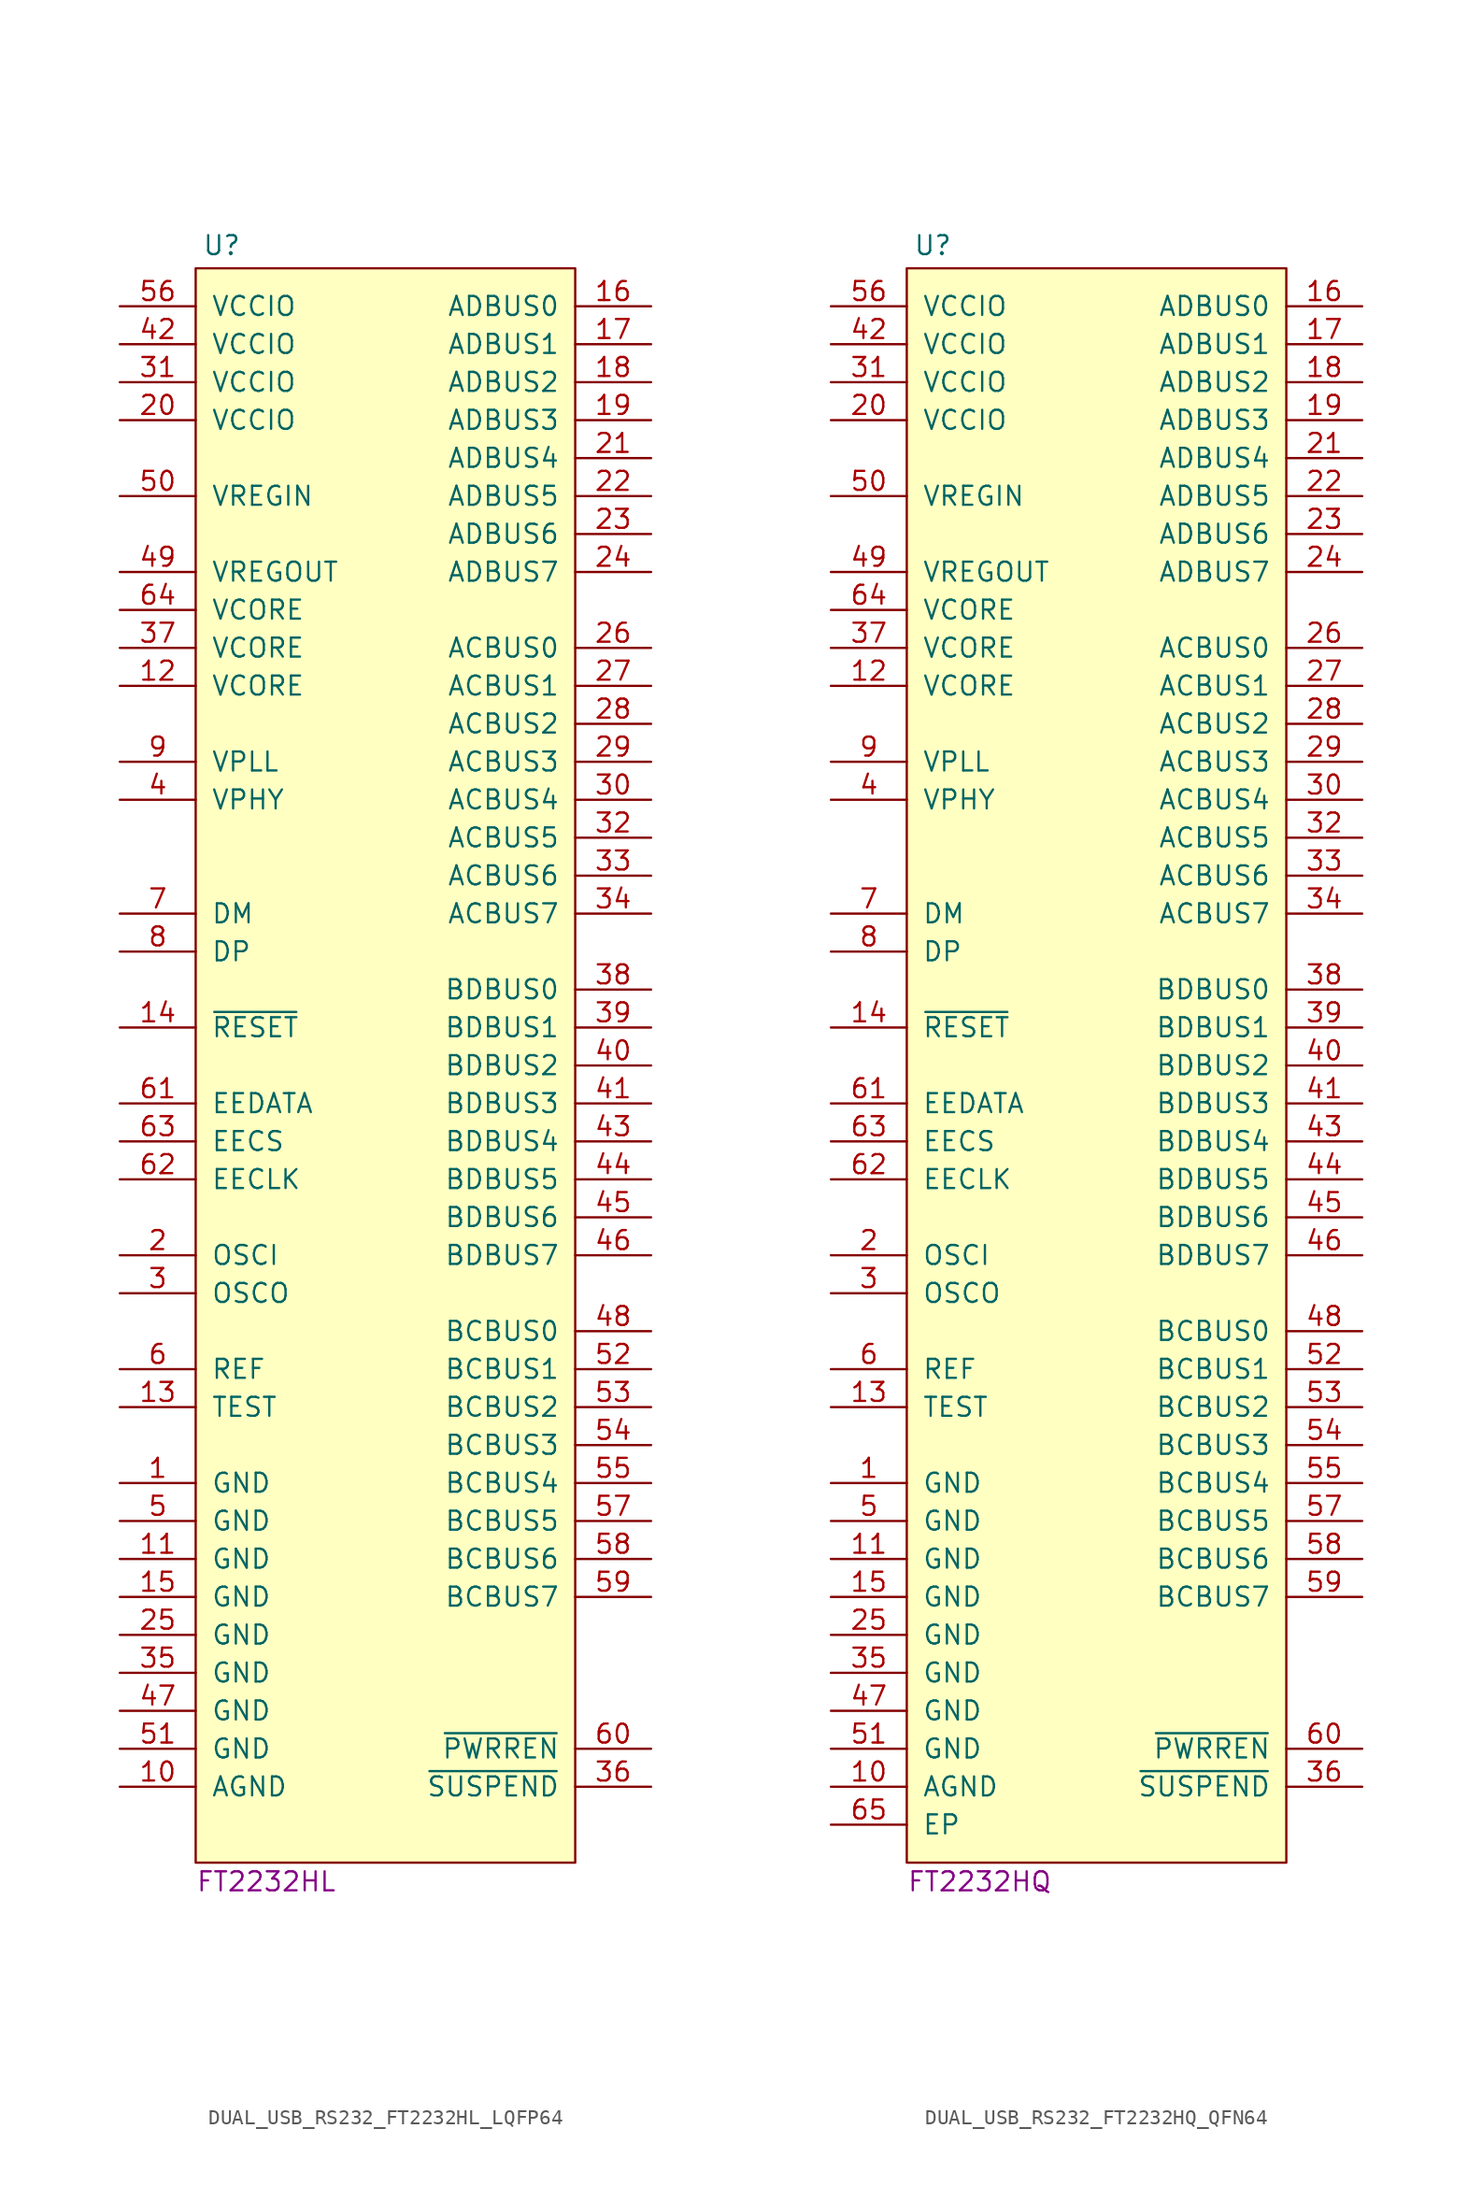
<source format=kicad_sym>
(kicad_symbol_lib
  (version 20211014)
  (generator kicad_symbol_editor)
  (symbol "DUAL_USB_RS232_FT2232HL_LQFP64"
    (pin_names
      (offset 1.016))
    (property "Reference" "U"
      (at 0.434 105.669 0)
      (effects (font (size 1.27 1.27)) (justify left)))
    (property "Displayed Value" "FT2232HL"
      (at 0 -3.81 0)
      (effects (font (size 1.27 1.27)) (justify left)))
    (property "Voltage" ""
      (at 14.605 -6.985 0)
      (effects (font (size 1.27 1.27)) (justify left)))
    (symbol "DUAL_USB_RS232_FT2232HL_LQFP64_0_1"
      (rectangle (start 0 104.14) (end 25.4 -2.54) (stroke (width 0.152) (type default) (color 0 0 0 0)) (fill (type background))))
    (symbol "DUAL_USB_RS232_FT2232HL_LQFP64_1_1"
      (pin power_in line (at -5.08 22.86 0) (length 5.08) (name "GND" (effects (font (size 1.27 1.27)))) (number "1" (effects (font (size 1.27 1.27)))))
      (pin power_in line (at -5.08 2.54 0) (length 5.08) (name "AGND" (effects (font (size 1.27 1.27)))) (number "10" (effects (font (size 1.27 1.27)))))
      (pin power_in line (at -5.08 17.78 0) (length 5.08) (name "GND" (effects (font (size 1.27 1.27)))) (number "11" (effects (font (size 1.27 1.27)))))
      (pin power_in line (at -5.08 76.2 0) (length 5.08) (name "VCORE" (effects (font (size 1.27 1.27)))) (number "12" (effects (font (size 1.27 1.27)))))
      (pin passive line (at -5.08 27.94 0) (length 5.08) (name "TEST" (effects (font (size 1.27 1.27)))) (number "13" (effects (font (size 1.27 1.27)))))
      (pin input line (at -5.08 53.34 0) (length 5.08) (name "~{RESET}" (effects (font (size 1.27 1.27)))) (number "14" (effects (font (size 1.27 1.27)))))
      (pin power_in line (at -5.08 15.24 0) (length 5.08) (name "GND" (effects (font (size 1.27 1.27)))) (number "15" (effects (font (size 1.27 1.27)))))
      (pin bidirectional line (at 30.48 101.6 180) (length 5.08) (name "ADBUS0" (effects (font (size 1.27 1.27)))) (number "16" (effects (font (size 1.27 1.27)))) (alternate "TXD" output line))
      (pin bidirectional line (at 30.48 99.06 180) (length 5.08) (name "ADBUS1" (effects (font (size 1.27 1.27)))) (number "17" (effects (font (size 1.27 1.27)))) (alternate "RXD" input line))
      (pin bidirectional line (at 30.48 96.52 180) (length 5.08) (name "ADBUS2" (effects (font (size 1.27 1.27)))) (number "18" (effects (font (size 1.27 1.27)))) (alternate "~{RTS}" output line))
      (pin bidirectional line (at 30.48 93.98 180) (length 5.08) (name "ADBUS3" (effects (font (size 1.27 1.27)))) (number "19" (effects (font (size 1.27 1.27)))) (alternate "~{CTS}" input line))
      (pin passive line (at -5.08 38.1 0) (length 5.08) (name "OSCI" (effects (font (size 1.27 1.27)))) (number "2" (effects (font (size 1.27 1.27)))))
      (pin power_in line (at -5.08 93.98 0) (length 5.08) (name "VCCIO" (effects (font (size 1.27 1.27)))) (number "20" (effects (font (size 1.27 1.27)))))
      (pin bidirectional line (at 30.48 91.44 180) (length 5.08) (name "ADBUS4" (effects (font (size 1.27 1.27)))) (number "21" (effects (font (size 1.27 1.27)))))
      (pin bidirectional line (at 30.48 88.9 180) (length 5.08) (name "ADBUS5" (effects (font (size 1.27 1.27)))) (number "22" (effects (font (size 1.27 1.27)))))
      (pin bidirectional line (at 30.48 86.36 180) (length 5.08) (name "ADBUS6" (effects (font (size 1.27 1.27)))) (number "23" (effects (font (size 1.27 1.27)))))
      (pin bidirectional line (at 30.48 83.82 180) (length 5.08) (name "ADBUS7" (effects (font (size 1.27 1.27)))) (number "24" (effects (font (size 1.27 1.27)))))
      (pin power_in line (at -5.08 12.7 0) (length 5.08) (name "GND" (effects (font (size 1.27 1.27)))) (number "25" (effects (font (size 1.27 1.27)))))
      (pin bidirectional line (at 30.48 78.74 180) (length 5.08) (name "ACBUS0" (effects (font (size 1.27 1.27)))) (number "26" (effects (font (size 1.27 1.27)))))
      (pin bidirectional line (at 30.48 76.2 180) (length 5.08) (name "ACBUS1" (effects (font (size 1.27 1.27)))) (number "27" (effects (font (size 1.27 1.27)))))
      (pin bidirectional line (at 30.48 73.66 180) (length 5.08) (name "ACBUS2" (effects (font (size 1.27 1.27)))) (number "28" (effects (font (size 1.27 1.27)))))
      (pin bidirectional line (at 30.48 71.12 180) (length 5.08) (name "ACBUS3" (effects (font (size 1.27 1.27)))) (number "29" (effects (font (size 1.27 1.27)))))
      (pin passive line (at -5.08 35.56 0) (length 5.08) (name "OSCO" (effects (font (size 1.27 1.27)))) (number "3" (effects (font (size 1.27 1.27)))))
      (pin bidirectional line (at 30.48 68.58 180) (length 5.08) (name "ACBUS4" (effects (font (size 1.27 1.27)))) (number "30" (effects (font (size 1.27 1.27)))))
      (pin power_in line (at -5.08 96.52 0) (length 5.08) (name "VCCIO" (effects (font (size 1.27 1.27)))) (number "31" (effects (font (size 1.27 1.27)))))
      (pin bidirectional line (at 30.48 66.04 180) (length 5.08) (name "ACBUS5" (effects (font (size 1.27 1.27)))) (number "32" (effects (font (size 1.27 1.27)))))
      (pin bidirectional line (at 30.48 63.5 180) (length 5.08) (name "ACBUS6" (effects (font (size 1.27 1.27)))) (number "33" (effects (font (size 1.27 1.27)))))
      (pin bidirectional line (at 30.48 60.96 180) (length 5.08) (name "ACBUS7" (effects (font (size 1.27 1.27)))) (number "34" (effects (font (size 1.27 1.27)))))
      (pin power_in line (at -5.08 10.16 0) (length 5.08) (name "GND" (effects (font (size 1.27 1.27)))) (number "35" (effects (font (size 1.27 1.27)))))
      (pin input line (at 30.48 2.54 180) (length 5.08) (name "~{SUSPEND}" (effects (font (size 1.27 1.27)))) (number "36" (effects (font (size 1.27 1.27)))))
      (pin power_in line (at -5.08 78.74 0) (length 5.08) (name "VCORE" (effects (font (size 1.27 1.27)))) (number "37" (effects (font (size 1.27 1.27)))))
      (pin bidirectional line (at 30.48 55.88 180) (length 5.08) (name "BDBUS0" (effects (font (size 1.27 1.27)))) (number "38" (effects (font (size 1.27 1.27)))))
      (pin bidirectional line (at 30.48 53.34 180) (length 5.08) (name "BDBUS1" (effects (font (size 1.27 1.27)))) (number "39" (effects (font (size 1.27 1.27)))))
      (pin power_in line (at -5.08 68.58 0) (length 5.08) (name "VPHY" (effects (font (size 1.27 1.27)))) (number "4" (effects (font (size 1.27 1.27)))))
      (pin bidirectional line (at 30.48 50.8 180) (length 5.08) (name "BDBUS2" (effects (font (size 1.27 1.27)))) (number "40" (effects (font (size 1.27 1.27)))))
      (pin bidirectional line (at 30.48 48.26 180) (length 5.08) (name "BDBUS3" (effects (font (size 1.27 1.27)))) (number "41" (effects (font (size 1.27 1.27)))))
      (pin power_in line (at -5.08 99.06 0) (length 5.08) (name "VCCIO" (effects (font (size 1.27 1.27)))) (number "42" (effects (font (size 1.27 1.27)))))
      (pin bidirectional line (at 30.48 45.72 180) (length 5.08) (name "BDBUS4" (effects (font (size 1.27 1.27)))) (number "43" (effects (font (size 1.27 1.27)))))
      (pin bidirectional line (at 30.48 43.18 180) (length 5.08) (name "BDBUS5" (effects (font (size 1.27 1.27)))) (number "44" (effects (font (size 1.27 1.27)))))
      (pin bidirectional line (at 30.48 40.64 180) (length 5.08) (name "BDBUS6" (effects (font (size 1.27 1.27)))) (number "45" (effects (font (size 1.27 1.27)))))
      (pin bidirectional line (at 30.48 38.1 180) (length 5.08) (name "BDBUS7" (effects (font (size 1.27 1.27)))) (number "46" (effects (font (size 1.27 1.27)))))
      (pin power_in line (at -5.08 7.62 0) (length 5.08) (name "GND" (effects (font (size 1.27 1.27)))) (number "47" (effects (font (size 1.27 1.27)))))
      (pin bidirectional line (at 30.48 33.02 180) (length 5.08) (name "BCBUS0" (effects (font (size 1.27 1.27)))) (number "48" (effects (font (size 1.27 1.27)))))
      (pin power_out line (at -5.08 83.82 0) (length 5.08) (name "VREGOUT" (effects (font (size 1.27 1.27)))) (number "49" (effects (font (size 1.27 1.27)))))
      (pin power_in line (at -5.08 20.32 0) (length 5.08) (name "GND" (effects (font (size 1.27 1.27)))) (number "5" (effects (font (size 1.27 1.27)))))
      (pin power_in line (at -5.08 88.9 0) (length 5.08) (name "VREGIN" (effects (font (size 1.27 1.27)))) (number "50" (effects (font (size 1.27 1.27)))))
      (pin power_in line (at -5.08 5.08 0) (length 5.08) (name "GND" (effects (font (size 1.27 1.27)))) (number "51" (effects (font (size 1.27 1.27)))))
      (pin bidirectional line (at 30.48 30.48 180) (length 5.08) (name "BCBUS1" (effects (font (size 1.27 1.27)))) (number "52" (effects (font (size 1.27 1.27)))))
      (pin bidirectional line (at 30.48 27.94 180) (length 5.08) (name "BCBUS2" (effects (font (size 1.27 1.27)))) (number "53" (effects (font (size 1.27 1.27)))))
      (pin bidirectional line (at 30.48 25.4 180) (length 5.08) (name "BCBUS3" (effects (font (size 1.27 1.27)))) (number "54" (effects (font (size 1.27 1.27)))))
      (pin bidirectional line (at 30.48 22.86 180) (length 5.08) (name "BCBUS4" (effects (font (size 1.27 1.27)))) (number "55" (effects (font (size 1.27 1.27)))))
      (pin power_in line (at -5.08 101.6 0) (length 5.08) (name "VCCIO" (effects (font (size 1.27 1.27)))) (number "56" (effects (font (size 1.27 1.27)))))
      (pin bidirectional line (at 30.48 20.32 180) (length 5.08) (name "BCBUS5" (effects (font (size 1.27 1.27)))) (number "57" (effects (font (size 1.27 1.27)))))
      (pin bidirectional line (at 30.48 17.78 180) (length 5.08) (name "BCBUS6" (effects (font (size 1.27 1.27)))) (number "58" (effects (font (size 1.27 1.27)))))
      (pin bidirectional line (at 30.48 15.24 180) (length 5.08) (name "BCBUS7" (effects (font (size 1.27 1.27)))) (number "59" (effects (font (size 1.27 1.27)))))
      (pin input line (at -5.08 30.48 0) (length 5.08) (name "REF" (effects (font (size 1.27 1.27)))) (number "6" (effects (font (size 1.27 1.27)))))
      (pin input line (at 30.48 5.08 180) (length 5.08) (name "~{PWRREN}" (effects (font (size 1.27 1.27)))) (number "60" (effects (font (size 1.27 1.27)))))
      (pin input line (at -5.08 48.26 0) (length 5.08) (name "EEDATA" (effects (font (size 1.27 1.27)))) (number "61" (effects (font (size 1.27 1.27)))))
      (pin output line (at -5.08 43.18 0) (length 5.08) (name "EECLK" (effects (font (size 1.27 1.27)))) (number "62" (effects (font (size 1.27 1.27)))))
      (pin output line (at -5.08 45.72 0) (length 5.08) (name "EECS" (effects (font (size 1.27 1.27)))) (number "63" (effects (font (size 1.27 1.27)))))
      (pin power_in line (at -5.08 81.28 0) (length 5.08) (name "VCORE" (effects (font (size 1.27 1.27)))) (number "64" (effects (font (size 1.27 1.27)))))
      (pin bidirectional line (at -5.08 60.96 0) (length 5.08) (name "DM" (effects (font (size 1.27 1.27)))) (number "7" (effects (font (size 1.27 1.27)))))
      (pin bidirectional line (at -5.08 58.42 0) (length 5.08) (name "DP" (effects (font (size 1.27 1.27)))) (number "8" (effects (font (size 1.27 1.27)))))
      (pin power_in line (at -5.08 71.12 0) (length 5.08) (name "VPLL" (effects (font (size 1.27 1.27)))) (number "9" (effects (font (size 1.27 1.27)))))))
  (symbol "DUAL_USB_RS232_FT2232HQ_QFN64"
    (pin_names
      (offset 1.016))
    (property "Reference" "U"
      (at 0.434 105.669 0)
      (effects (font (size 1.27 1.27)) (justify left)))
    (property "Displayed Value" "FT2232HQ"
      (at 0 -3.81 0)
      (effects (font (size 1.27 1.27)) (justify left)))
    (property "Voltage" ""
      (at 14.605 -6.985 0)
      (effects (font (size 1.27 1.27)) (justify left)))
    (symbol "DUAL_USB_RS232_FT2232HQ_QFN64_0_1"
      (rectangle (start 0 104.14) (end 25.4 -2.54) (stroke (width 0.152) (type default) (color 0 0 0 0)) (fill (type background))))
    (symbol "DUAL_USB_RS232_FT2232HQ_QFN64_1_1"
      (pin power_in line (at -5.08 22.86 0) (length 5.08) (name "GND" (effects (font (size 1.27 1.27)))) (number "1" (effects (font (size 1.27 1.27)))))
      (pin power_in line (at -5.08 2.54 0) (length 5.08) (name "AGND" (effects (font (size 1.27 1.27)))) (number "10" (effects (font (size 1.27 1.27)))))
      (pin power_in line (at -5.08 17.78 0) (length 5.08) (name "GND" (effects (font (size 1.27 1.27)))) (number "11" (effects (font (size 1.27 1.27)))))
      (pin power_in line (at -5.08 76.2 0) (length 5.08) (name "VCORE" (effects (font (size 1.27 1.27)))) (number "12" (effects (font (size 1.27 1.27)))))
      (pin passive line (at -5.08 27.94 0) (length 5.08) (name "TEST" (effects (font (size 1.27 1.27)))) (number "13" (effects (font (size 1.27 1.27)))))
      (pin input line (at -5.08 53.34 0) (length 5.08) (name "~{RESET}" (effects (font (size 1.27 1.27)))) (number "14" (effects (font (size 1.27 1.27)))))
      (pin power_in line (at -5.08 15.24 0) (length 5.08) (name "GND" (effects (font (size 1.27 1.27)))) (number "15" (effects (font (size 1.27 1.27)))))
      (pin bidirectional line (at 30.48 101.6 180) (length 5.08) (name "ADBUS0" (effects (font (size 1.27 1.27)))) (number "16" (effects (font (size 1.27 1.27)))) (alternate "TXD" output line))
      (pin bidirectional line (at 30.48 99.06 180) (length 5.08) (name "ADBUS1" (effects (font (size 1.27 1.27)))) (number "17" (effects (font (size 1.27 1.27)))) (alternate "RXD" input line))
      (pin bidirectional line (at 30.48 96.52 180) (length 5.08) (name "ADBUS2" (effects (font (size 1.27 1.27)))) (number "18" (effects (font (size 1.27 1.27)))) (alternate "~{RTS}" output line))
      (pin bidirectional line (at 30.48 93.98 180) (length 5.08) (name "ADBUS3" (effects (font (size 1.27 1.27)))) (number "19" (effects (font (size 1.27 1.27)))) (alternate "~{CTS}" input line))
      (pin passive line (at -5.08 38.1 0) (length 5.08) (name "OSCI" (effects (font (size 1.27 1.27)))) (number "2" (effects (font (size 1.27 1.27)))))
      (pin power_in line (at -5.08 93.98 0) (length 5.08) (name "VCCIO" (effects (font (size 1.27 1.27)))) (number "20" (effects (font (size 1.27 1.27)))))
      (pin bidirectional line (at 30.48 91.44 180) (length 5.08) (name "ADBUS4" (effects (font (size 1.27 1.27)))) (number "21" (effects (font (size 1.27 1.27)))))
      (pin bidirectional line (at 30.48 88.9 180) (length 5.08) (name "ADBUS5" (effects (font (size 1.27 1.27)))) (number "22" (effects (font (size 1.27 1.27)))))
      (pin bidirectional line (at 30.48 86.36 180) (length 5.08) (name "ADBUS6" (effects (font (size 1.27 1.27)))) (number "23" (effects (font (size 1.27 1.27)))))
      (pin bidirectional line (at 30.48 83.82 180) (length 5.08) (name "ADBUS7" (effects (font (size 1.27 1.27)))) (number "24" (effects (font (size 1.27 1.27)))))
      (pin power_in line (at -5.08 12.7 0) (length 5.08) (name "GND" (effects (font (size 1.27 1.27)))) (number "25" (effects (font (size 1.27 1.27)))))
      (pin bidirectional line (at 30.48 78.74 180) (length 5.08) (name "ACBUS0" (effects (font (size 1.27 1.27)))) (number "26" (effects (font (size 1.27 1.27)))))
      (pin bidirectional line (at 30.48 76.2 180) (length 5.08) (name "ACBUS1" (effects (font (size 1.27 1.27)))) (number "27" (effects (font (size 1.27 1.27)))))
      (pin bidirectional line (at 30.48 73.66 180) (length 5.08) (name "ACBUS2" (effects (font (size 1.27 1.27)))) (number "28" (effects (font (size 1.27 1.27)))))
      (pin bidirectional line (at 30.48 71.12 180) (length 5.08) (name "ACBUS3" (effects (font (size 1.27 1.27)))) (number "29" (effects (font (size 1.27 1.27)))))
      (pin passive line (at -5.08 35.56 0) (length 5.08) (name "OSCO" (effects (font (size 1.27 1.27)))) (number "3" (effects (font (size 1.27 1.27)))))
      (pin bidirectional line (at 30.48 68.58 180) (length 5.08) (name "ACBUS4" (effects (font (size 1.27 1.27)))) (number "30" (effects (font (size 1.27 1.27)))))
      (pin power_in line (at -5.08 96.52 0) (length 5.08) (name "VCCIO" (effects (font (size 1.27 1.27)))) (number "31" (effects (font (size 1.27 1.27)))))
      (pin bidirectional line (at 30.48 66.04 180) (length 5.08) (name "ACBUS5" (effects (font (size 1.27 1.27)))) (number "32" (effects (font (size 1.27 1.27)))))
      (pin bidirectional line (at 30.48 63.5 180) (length 5.08) (name "ACBUS6" (effects (font (size 1.27 1.27)))) (number "33" (effects (font (size 1.27 1.27)))))
      (pin bidirectional line (at 30.48 60.96 180) (length 5.08) (name "ACBUS7" (effects (font (size 1.27 1.27)))) (number "34" (effects (font (size 1.27 1.27)))))
      (pin power_in line (at -5.08 10.16 0) (length 5.08) (name "GND" (effects (font (size 1.27 1.27)))) (number "35" (effects (font (size 1.27 1.27)))))
      (pin input line (at 30.48 2.54 180) (length 5.08) (name "~{SUSPEND}" (effects (font (size 1.27 1.27)))) (number "36" (effects (font (size 1.27 1.27)))))
      (pin power_in line (at -5.08 78.74 0) (length 5.08) (name "VCORE" (effects (font (size 1.27 1.27)))) (number "37" (effects (font (size 1.27 1.27)))))
      (pin bidirectional line (at 30.48 55.88 180) (length 5.08) (name "BDBUS0" (effects (font (size 1.27 1.27)))) (number "38" (effects (font (size 1.27 1.27)))))
      (pin bidirectional line (at 30.48 53.34 180) (length 5.08) (name "BDBUS1" (effects (font (size 1.27 1.27)))) (number "39" (effects (font (size 1.27 1.27)))))
      (pin power_in line (at -5.08 68.58 0) (length 5.08) (name "VPHY" (effects (font (size 1.27 1.27)))) (number "4" (effects (font (size 1.27 1.27)))))
      (pin bidirectional line (at 30.48 50.8 180) (length 5.08) (name "BDBUS2" (effects (font (size 1.27 1.27)))) (number "40" (effects (font (size 1.27 1.27)))))
      (pin bidirectional line (at 30.48 48.26 180) (length 5.08) (name "BDBUS3" (effects (font (size 1.27 1.27)))) (number "41" (effects (font (size 1.27 1.27)))))
      (pin power_in line (at -5.08 99.06 0) (length 5.08) (name "VCCIO" (effects (font (size 1.27 1.27)))) (number "42" (effects (font (size 1.27 1.27)))))
      (pin bidirectional line (at 30.48 45.72 180) (length 5.08) (name "BDBUS4" (effects (font (size 1.27 1.27)))) (number "43" (effects (font (size 1.27 1.27)))))
      (pin bidirectional line (at 30.48 43.18 180) (length 5.08) (name "BDBUS5" (effects (font (size 1.27 1.27)))) (number "44" (effects (font (size 1.27 1.27)))))
      (pin bidirectional line (at 30.48 40.64 180) (length 5.08) (name "BDBUS6" (effects (font (size 1.27 1.27)))) (number "45" (effects (font (size 1.27 1.27)))))
      (pin bidirectional line (at 30.48 38.1 180) (length 5.08) (name "BDBUS7" (effects (font (size 1.27 1.27)))) (number "46" (effects (font (size 1.27 1.27)))))
      (pin power_in line (at -5.08 7.62 0) (length 5.08) (name "GND" (effects (font (size 1.27 1.27)))) (number "47" (effects (font (size 1.27 1.27)))))
      (pin bidirectional line (at 30.48 33.02 180) (length 5.08) (name "BCBUS0" (effects (font (size 1.27 1.27)))) (number "48" (effects (font (size 1.27 1.27)))))
      (pin power_out line (at -5.08 83.82 0) (length 5.08) (name "VREGOUT" (effects (font (size 1.27 1.27)))) (number "49" (effects (font (size 1.27 1.27)))))
      (pin power_in line (at -5.08 20.32 0) (length 5.08) (name "GND" (effects (font (size 1.27 1.27)))) (number "5" (effects (font (size 1.27 1.27)))))
      (pin power_in line (at -5.08 88.9 0) (length 5.08) (name "VREGIN" (effects (font (size 1.27 1.27)))) (number "50" (effects (font (size 1.27 1.27)))))
      (pin power_in line (at -5.08 5.08 0) (length 5.08) (name "GND" (effects (font (size 1.27 1.27)))) (number "51" (effects (font (size 1.27 1.27)))))
      (pin bidirectional line (at 30.48 30.48 180) (length 5.08) (name "BCBUS1" (effects (font (size 1.27 1.27)))) (number "52" (effects (font (size 1.27 1.27)))))
      (pin bidirectional line (at 30.48 27.94 180) (length 5.08) (name "BCBUS2" (effects (font (size 1.27 1.27)))) (number "53" (effects (font (size 1.27 1.27)))))
      (pin bidirectional line (at 30.48 25.4 180) (length 5.08) (name "BCBUS3" (effects (font (size 1.27 1.27)))) (number "54" (effects (font (size 1.27 1.27)))))
      (pin bidirectional line (at 30.48 22.86 180) (length 5.08) (name "BCBUS4" (effects (font (size 1.27 1.27)))) (number "55" (effects (font (size 1.27 1.27)))))
      (pin power_in line (at -5.08 101.6 0) (length 5.08) (name "VCCIO" (effects (font (size 1.27 1.27)))) (number "56" (effects (font (size 1.27 1.27)))))
      (pin bidirectional line (at 30.48 20.32 180) (length 5.08) (name "BCBUS5" (effects (font (size 1.27 1.27)))) (number "57" (effects (font (size 1.27 1.27)))))
      (pin bidirectional line (at 30.48 17.78 180) (length 5.08) (name "BCBUS6" (effects (font (size 1.27 1.27)))) (number "58" (effects (font (size 1.27 1.27)))))
      (pin bidirectional line (at 30.48 15.24 180) (length 5.08) (name "BCBUS7" (effects (font (size 1.27 1.27)))) (number "59" (effects (font (size 1.27 1.27)))))
      (pin input line (at -5.08 30.48 0) (length 5.08) (name "REF" (effects (font (size 1.27 1.27)))) (number "6" (effects (font (size 1.27 1.27)))))
      (pin input line (at 30.48 5.08 180) (length 5.08) (name "~{PWRREN}" (effects (font (size 1.27 1.27)))) (number "60" (effects (font (size 1.27 1.27)))))
      (pin input line (at -5.08 48.26 0) (length 5.08) (name "EEDATA" (effects (font (size 1.27 1.27)))) (number "61" (effects (font (size 1.27 1.27)))))
      (pin output line (at -5.08 43.18 0) (length 5.08) (name "EECLK" (effects (font (size 1.27 1.27)))) (number "62" (effects (font (size 1.27 1.27)))))
      (pin output line (at -5.08 45.72 0) (length 5.08) (name "EECS" (effects (font (size 1.27 1.27)))) (number "63" (effects (font (size 1.27 1.27)))))
      (pin power_in line (at -5.08 81.28 0) (length 5.08) (name "VCORE" (effects (font (size 1.27 1.27)))) (number "64" (effects (font (size 1.27 1.27)))))
      (pin power_in line (at -5.08 0 0) (length 5.08) (name "EP" (effects (font (size 1.27 1.27)))) (number "65" (effects (font (size 1.27 1.27)))))
      (pin bidirectional line (at -5.08 60.96 0) (length 5.08) (name "DM" (effects (font (size 1.27 1.27)))) (number "7" (effects (font (size 1.27 1.27)))))
      (pin bidirectional line (at -5.08 58.42 0) (length 5.08) (name "DP" (effects (font (size 1.27 1.27)))) (number "8" (effects (font (size 1.27 1.27)))))
      (pin power_in line (at -5.08 71.12 0) (length 5.08) (name "VPLL" (effects (font (size 1.27 1.27)))) (number "9" (effects (font (size 1.27 1.27))))))))
</source>
